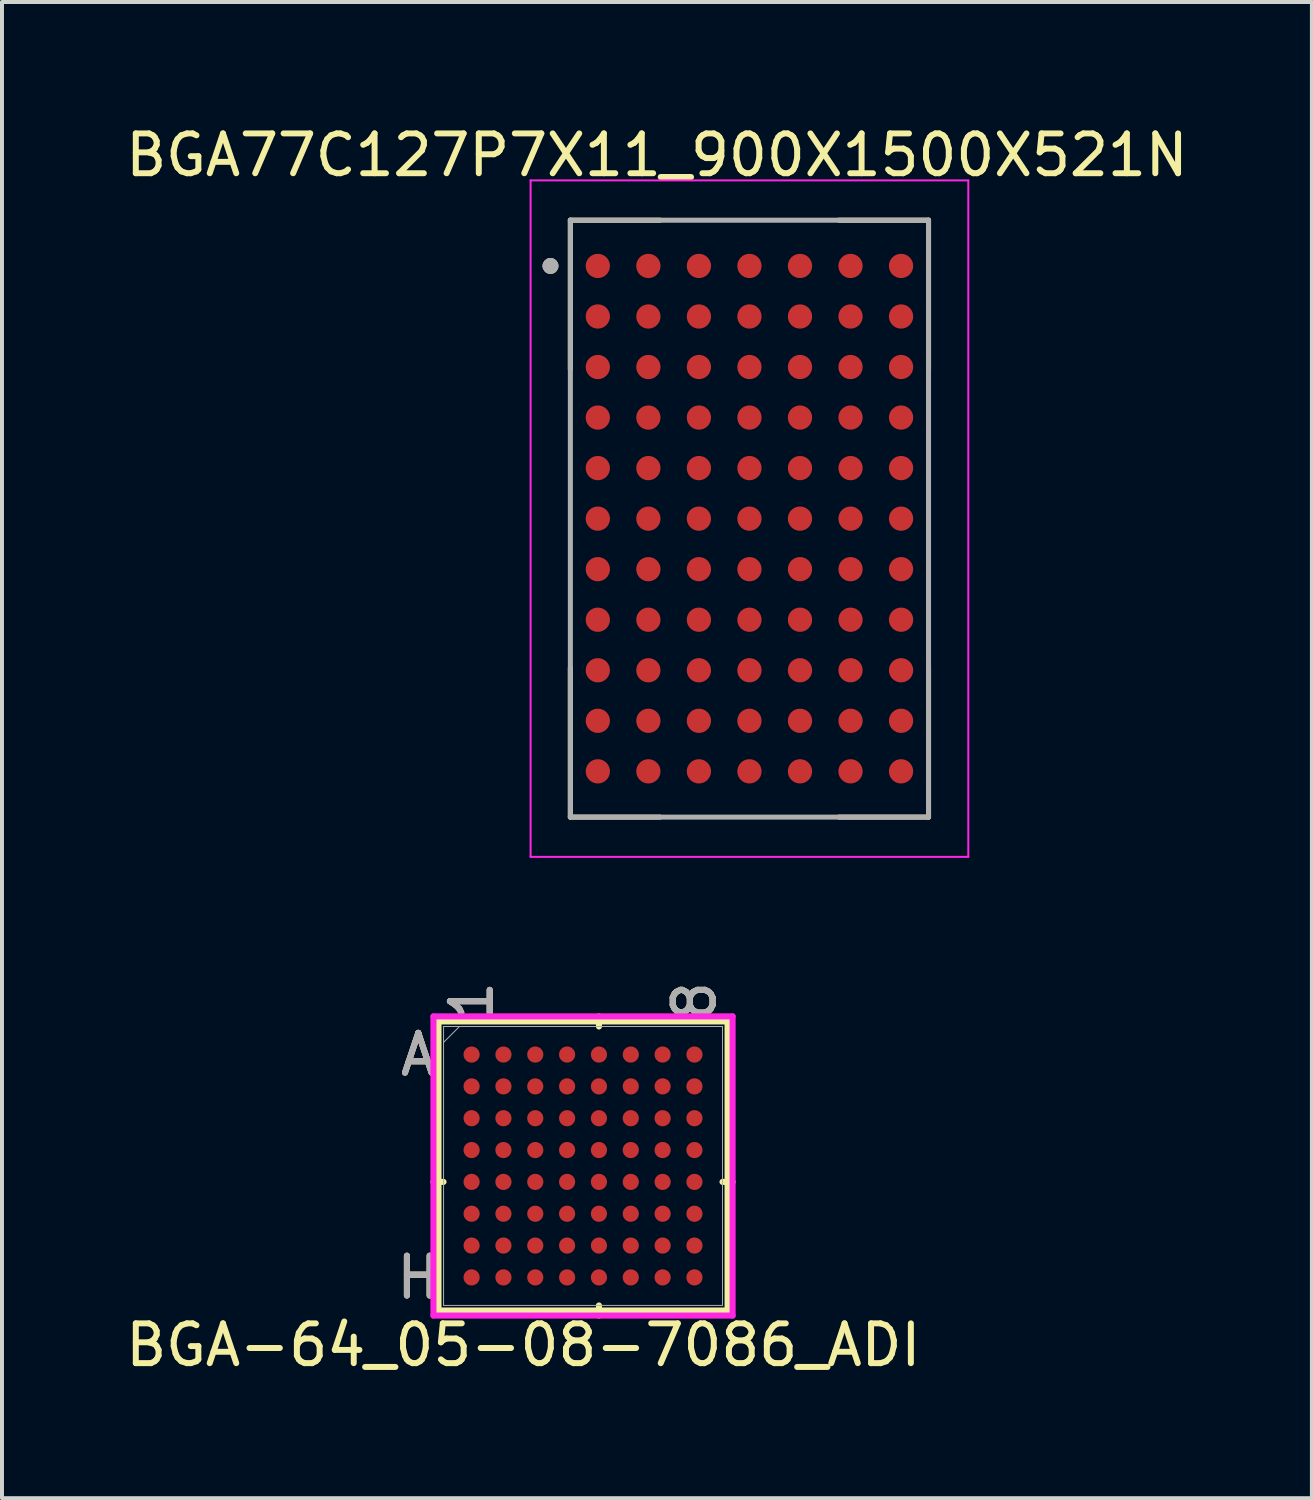
<source format=kicad_pcb>
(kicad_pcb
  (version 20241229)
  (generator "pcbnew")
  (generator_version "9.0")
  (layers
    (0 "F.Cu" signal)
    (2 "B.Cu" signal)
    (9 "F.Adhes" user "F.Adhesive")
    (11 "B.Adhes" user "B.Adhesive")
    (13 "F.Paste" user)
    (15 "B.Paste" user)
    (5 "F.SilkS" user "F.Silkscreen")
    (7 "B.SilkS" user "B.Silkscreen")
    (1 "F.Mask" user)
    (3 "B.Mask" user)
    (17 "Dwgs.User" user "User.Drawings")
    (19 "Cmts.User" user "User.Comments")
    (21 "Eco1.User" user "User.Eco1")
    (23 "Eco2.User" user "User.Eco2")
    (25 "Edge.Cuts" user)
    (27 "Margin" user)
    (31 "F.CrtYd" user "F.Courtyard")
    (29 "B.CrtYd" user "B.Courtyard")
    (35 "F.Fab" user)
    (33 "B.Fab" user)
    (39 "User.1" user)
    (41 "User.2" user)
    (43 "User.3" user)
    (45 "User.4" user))
  (footprint "BGA-64_05-08-7086_ADI"
    (layer "F.Cu")
    (at 11.601 26.25)
    (property "Reference" "BGA-64_05-08-7086_ADI" (at -1.5 4.5 0) (unlocked yes) (layer "F.SilkS") (effects (font (size 1 1) (thickness 0.15))))
    (attr smd)
    (fp_line (start -3.632 -3.632) (end -3.632 3.632) (stroke (width 0.152) (type solid)) (layer "F.SilkS"))
    (fp_line (start -3.632 3.632) (end 3.632 3.632) (stroke (width 0.152) (type solid)) (layer "F.SilkS"))
    (fp_line (start -3.505 0.4) (end -3.759 0.4) (stroke (width 0.152) (type solid)) (layer "F.SilkS"))
    (fp_line (start 0.4 -3.505) (end 0.4 -3.759) (stroke (width 0.152) (type solid)) (layer "F.SilkS"))
    (fp_line (start 0.4 3.505) (end 0.4 3.759) (stroke (width 0.152) (type solid)) (layer "F.SilkS"))
    (fp_line (start 3.505 0.4) (end 3.759 0.4) (stroke (width 0.152) (type solid)) (layer "F.SilkS"))
    (fp_line (start 3.632 -3.632) (end -3.632 -3.632) (stroke (width 0.152) (type solid)) (layer "F.SilkS"))
    (fp_line (start 3.632 3.632) (end 3.632 -3.632) (stroke (width 0.152) (type solid)) (layer "F.SilkS"))
    (fp_line (start -3.759 -3.759) (end 3.759 -3.759) (stroke (width 0.152) (type solid)) (layer "F.CrtYd"))
    (fp_line (start -3.759 3.759) (end -3.759 -3.759) (stroke (width 0.152) (type solid)) (layer "F.CrtYd"))
    (fp_line (start 3.759 -3.759) (end 3.759 3.759) (stroke (width 0.152) (type solid)) (layer "F.CrtYd"))
    (fp_line (start 3.759 3.759) (end -3.759 3.759) (stroke (width 0.152) (type solid)) (layer "F.CrtYd"))
    (fp_line (start -3.505 -3.505) (end -3.505 3.505) (stroke (width 0.025) (type solid)) (layer "F.Fab"))
    (fp_line (start -3.505 3.505) (end 3.505 3.505) (stroke (width 0.025) (type solid)) (layer "F.Fab"))
    (fp_line (start -3.105 -3.505) (end -3.505 -3.105) (stroke (width 0.025) (type solid)) (layer "F.Fab"))
    (fp_line (start 3.505 -3.505) (end -3.505 -3.505) (stroke (width 0.025) (type solid)) (layer "F.Fab"))
    (fp_line (start 3.505 3.505) (end 3.505 -3.505) (stroke (width 0.025) (type solid)) (layer "F.Fab"))
    (fp_text user "8" (at 2.8 -4.14 90) (unlocked yes) (layer "F.SilkS") (effects (font (size 1 1) (thickness 0.15))))
    (fp_text user "1" (at -2.8 -4.14 90) (unlocked yes) (layer "F.SilkS") (effects (font (size 1 1) (thickness 0.15))))
    (fp_text user "H" (at -4.14 2.8 0) (unlocked yes) (layer "F.SilkS") (effects (font (size 1 1) (thickness 0.15))))
    (fp_text user "A" (at -4.14 -2.8 0) (unlocked yes) (layer "F.SilkS") (effects (font (size 1 1) (thickness 0.15))))
    (fp_text user "A" (at -4.14 -2.8 0) (unlocked yes) (layer "B.SilkS") (effects (font (size 1 1) (thickness 0.15))))
    (fp_text user "8" (at 2.8 -4.14 90) (unlocked yes) (layer "B.SilkS") (effects (font (size 1 1) (thickness 0.15))))
    (fp_text user "1" (at -2.8 -4.14 90) (unlocked yes) (layer "B.SilkS") (effects (font (size 1 1) (thickness 0.15))))
    (fp_text user "H" (at -4.14 2.8 0) (unlocked yes) (layer "B.SilkS") (effects (font (size 1 1) (thickness 0.15))))
    (fp_text user "H" (at -4.14 2.8 0) (unlocked yes) (layer "F.Fab") (effects (font (size 1 1) (thickness 0.15))))
    (fp_text user "1" (at -2.8 -4.14 90) (unlocked yes) (layer "F.Fab") (effects (font (size 1 1) (thickness 0.15))))
    (fp_text user "A" (at -4.14 -2.8 0) (unlocked yes) (layer "F.Fab") (effects (font (size 1 1) (thickness 0.15))))
    (fp_text user "8" (at 2.8 -4.14 90) (unlocked yes) (layer "F.Fab") (effects (font (size 1 1) (thickness 0.15))))
    (pad "A1" smd circle (at -2.8 -2.8) (size 0.406 0.406) (layers "F.Cu" "F.Mask" "F.Paste"))
    (pad "A2" smd circle (at -2 -2.8) (size 0.406 0.406) (layers "F.Cu" "F.Mask" "F.Paste"))
    (pad "A3" smd circle (at -1.2 -2.8) (size 0.406 0.406) (layers "F.Cu" "F.Mask" "F.Paste"))
    (pad "A4" smd circle (at -0.4 -2.8) (size 0.406 0.406) (layers "F.Cu" "F.Mask" "F.Paste"))
    (pad "A5" smd circle (at 0.4 -2.8) (size 0.406 0.406) (layers "F.Cu" "F.Mask" "F.Paste"))
    (pad "A6" smd circle (at 1.2 -2.8) (size 0.406 0.406) (layers "F.Cu" "F.Mask" "F.Paste"))
    (pad "A7" smd circle (at 2 -2.8) (size 0.406 0.406) (layers "F.Cu" "F.Mask" "F.Paste"))
    (pad "A8" smd circle (at 2.8 -2.8) (size 0.406 0.406) (layers "F.Cu" "F.Mask" "F.Paste"))
    (pad "B1" smd circle (at -2.8 -2) (size 0.406 0.406) (layers "F.Cu" "F.Mask" "F.Paste"))
    (pad "B2" smd circle (at -2 -2) (size 0.406 0.406) (layers "F.Cu" "F.Mask" "F.Paste"))
    (pad "B3" smd circle (at -1.2 -2) (size 0.406 0.406) (layers "F.Cu" "F.Mask" "F.Paste"))
    (pad "B4" smd circle (at -0.4 -2) (size 0.406 0.406) (layers "F.Cu" "F.Mask" "F.Paste"))
    (pad "B5" smd circle (at 0.4 -2) (size 0.406 0.406) (layers "F.Cu" "F.Mask" "F.Paste"))
    (pad "B6" smd circle (at 1.2 -2) (size 0.406 0.406) (layers "F.Cu" "F.Mask" "F.Paste"))
    (pad "B7" smd circle (at 2 -2) (size 0.406 0.406) (layers "F.Cu" "F.Mask" "F.Paste"))
    (pad "B8" smd circle (at 2.8 -2) (size 0.406 0.406) (layers "F.Cu" "F.Mask" "F.Paste"))
    (pad "C1" smd circle (at -2.8 -1.2) (size 0.406 0.406) (layers "F.Cu" "F.Mask" "F.Paste"))
    (pad "C2" smd circle (at -2 -1.2) (size 0.406 0.406) (layers "F.Cu" "F.Mask" "F.Paste"))
    (pad "C3" smd circle (at -1.2 -1.2) (size 0.406 0.406) (layers "F.Cu" "F.Mask" "F.Paste"))
    (pad "C4" smd circle (at -0.4 -1.2) (size 0.406 0.406) (layers "F.Cu" "F.Mask" "F.Paste"))
    (pad "C5" smd circle (at 0.4 -1.2) (size 0.406 0.406) (layers "F.Cu" "F.Mask" "F.Paste"))
    (pad "C6" smd circle (at 1.2 -1.2) (size 0.406 0.406) (layers "F.Cu" "F.Mask" "F.Paste"))
    (pad "C7" smd circle (at 2 -1.2) (size 0.406 0.406) (layers "F.Cu" "F.Mask" "F.Paste"))
    (pad "C8" smd circle (at 2.8 -1.2) (size 0.406 0.406) (layers "F.Cu" "F.Mask" "F.Paste"))
    (pad "D1" smd circle (at -2.8 -0.4) (size 0.406 0.406) (layers "F.Cu" "F.Mask" "F.Paste"))
    (pad "D2" smd circle (at -2 -0.4) (size 0.406 0.406) (layers "F.Cu" "F.Mask" "F.Paste"))
    (pad "D3" smd circle (at -1.2 -0.4) (size 0.406 0.406) (layers "F.Cu" "F.Mask" "F.Paste"))
    (pad "D4" smd circle (at -0.4 -0.4) (size 0.406 0.406) (layers "F.Cu" "F.Mask" "F.Paste"))
    (pad "D5" smd circle (at 0.4 -0.4) (size 0.406 0.406) (layers "F.Cu" "F.Mask" "F.Paste"))
    (pad "D6" smd circle (at 1.2 -0.4) (size 0.406 0.406) (layers "F.Cu" "F.Mask" "F.Paste"))
    (pad "D7" smd circle (at 2 -0.4) (size 0.406 0.406) (layers "F.Cu" "F.Mask" "F.Paste"))
    (pad "D8" smd circle (at 2.8 -0.4) (size 0.406 0.406) (layers "F.Cu" "F.Mask" "F.Paste"))
    (pad "E1" smd circle (at -2.8 0.4) (size 0.406 0.406) (layers "F.Cu" "F.Mask" "F.Paste"))
    (pad "E2" smd circle (at -2 0.4) (size 0.406 0.406) (layers "F.Cu" "F.Mask" "F.Paste"))
    (pad "E3" smd circle (at -1.2 0.4) (size 0.406 0.406) (layers "F.Cu" "F.Mask" "F.Paste"))
    (pad "E4" smd circle (at -0.4 0.4) (size 0.406 0.406) (layers "F.Cu" "F.Mask" "F.Paste"))
    (pad "E5" smd circle (at 0.4 0.4) (size 0.406 0.406) (layers "F.Cu" "F.Mask" "F.Paste"))
    (pad "E6" smd circle (at 1.2 0.4) (size 0.406 0.406) (layers "F.Cu" "F.Mask" "F.Paste"))
    (pad "E7" smd circle (at 2 0.4) (size 0.406 0.406) (layers "F.Cu" "F.Mask" "F.Paste"))
    (pad "E8" smd circle (at 2.8 0.4) (size 0.406 0.406) (layers "F.Cu" "F.Mask" "F.Paste"))
    (pad "F1" smd circle (at -2.8 1.2) (size 0.406 0.406) (layers "F.Cu" "F.Mask" "F.Paste"))
    (pad "F2" smd circle (at -2 1.2) (size 0.406 0.406) (layers "F.Cu" "F.Mask" "F.Paste"))
    (pad "F3" smd circle (at -1.2 1.2) (size 0.406 0.406) (layers "F.Cu" "F.Mask" "F.Paste"))
    (pad "F4" smd circle (at -0.4 1.2) (size 0.406 0.406) (layers "F.Cu" "F.Mask" "F.Paste"))
    (pad "F5" smd circle (at 0.4 1.2) (size 0.406 0.406) (layers "F.Cu" "F.Mask" "F.Paste"))
    (pad "F6" smd circle (at 1.2 1.2) (size 0.406 0.406) (layers "F.Cu" "F.Mask" "F.Paste"))
    (pad "F7" smd circle (at 2 1.2) (size 0.406 0.406) (layers "F.Cu" "F.Mask" "F.Paste"))
    (pad "F8" smd circle (at 2.8 1.2) (size 0.406 0.406) (layers "F.Cu" "F.Mask" "F.Paste"))
    (pad "G1" smd circle (at -2.8 2) (size 0.406 0.406) (layers "F.Cu" "F.Mask" "F.Paste"))
    (pad "G2" smd circle (at -2 2) (size 0.406 0.406) (layers "F.Cu" "F.Mask" "F.Paste"))
    (pad "G3" smd circle (at -1.2 2) (size 0.406 0.406) (layers "F.Cu" "F.Mask" "F.Paste"))
    (pad "G4" smd circle (at -0.4 2) (size 0.406 0.406) (layers "F.Cu" "F.Mask" "F.Paste"))
    (pad "G5" smd circle (at 0.4 2) (size 0.406 0.406) (layers "F.Cu" "F.Mask" "F.Paste"))
    (pad "G6" smd circle (at 1.2 2) (size 0.406 0.406) (layers "F.Cu" "F.Mask" "F.Paste"))
    (pad "G7" smd circle (at 2 2) (size 0.406 0.406) (layers "F.Cu" "F.Mask" "F.Paste"))
    (pad "G8" smd circle (at 2.8 2) (size 0.406 0.406) (layers "F.Cu" "F.Mask" "F.Paste"))
    (pad "H1" smd circle (at -2.8 2.8) (size 0.406 0.406) (layers "F.Cu" "F.Mask" "F.Paste"))
    (pad "H2" smd circle (at -2 2.8) (size 0.406 0.406) (layers "F.Cu" "F.Mask" "F.Paste"))
    (pad "H3" smd circle (at -1.2 2.8) (size 0.406 0.406) (layers "F.Cu" "F.Mask" "F.Paste"))
    (pad "H4" smd circle (at -0.4 2.8) (size 0.406 0.406) (layers "F.Cu" "F.Mask" "F.Paste"))
    (pad "H5" smd circle (at 0.4 2.8) (size 0.406 0.406) (layers "F.Cu" "F.Mask" "F.Paste"))
    (pad "H6" smd circle (at 1.2 2.8) (size 0.406 0.406) (layers "F.Cu" "F.Mask" "F.Paste"))
    (pad "H7" smd circle (at 2 2.8) (size 0.406 0.406) (layers "F.Cu" "F.Mask" "F.Paste"))
    (pad "H8" smd circle (at 2.8 2.8) (size 0.406 0.406) (layers "F.Cu" "F.Mask" "F.Paste")))
  (footprint "BGA77C127P7X11_900X1500X521N"
    (layer "F.Cu")
    (at 15.783 9.983)
    (property "Reference" "BGA77C127P7X11_900X1500X521N" (at -2.325 -9.135 0) (layer "F.SilkS") (effects (font (size 1 1) (thickness 0.15))))
    (attr smd)
    (fp_line (start -4.5 -7.5) (end -4.5 -3.75) (stroke (width 0.127) (type solid)) (layer "F.SilkS"))
    (fp_line (start -4.5 -7.5) (end -2.25 -7.5) (stroke (width 0.127) (type solid)) (layer "F.SilkS"))
    (fp_line (start -4.5 7.5) (end -4.5 3.75) (stroke (width 0.127) (type solid)) (layer "F.SilkS"))
    (fp_line (start -4.5 7.5) (end -2.25 7.5) (stroke (width 0.127) (type solid)) (layer "F.SilkS"))
    (fp_line (start 4.5 -7.5) (end 2.25 -7.5) (stroke (width 0.127) (type solid)) (layer "F.SilkS"))
    (fp_line (start 4.5 -7.5) (end 4.5 -3.75) (stroke (width 0.127) (type solid)) (layer "F.SilkS"))
    (fp_line (start 4.5 7.5) (end 2.25 7.5) (stroke (width 0.127) (type solid)) (layer "F.SilkS"))
    (fp_line (start 4.5 7.5) (end 4.5 3.75) (stroke (width 0.127) (type solid)) (layer "F.SilkS"))
    (fp_circle (center -5 -6.35) (end -4.9 -6.35) (stroke (width 0.2) (type solid)) (fill no) (layer "F.SilkS"))
    (fp_line (start -5.5 -8.5) (end 5.5 -8.5) (stroke (width 0.05) (type solid)) (layer "F.CrtYd"))
    (fp_line (start -5.5 8.5) (end -5.5 -8.5) (stroke (width 0.05) (type solid)) (layer "F.CrtYd"))
    (fp_line (start -5.5 8.5) (end 5.5 8.5) (stroke (width 0.05) (type solid)) (layer "F.CrtYd"))
    (fp_line (start 5.5 8.5) (end 5.5 -8.5) (stroke (width 0.05) (type solid)) (layer "F.CrtYd"))
    (fp_line (start -4.5 7.5) (end -4.5 -7.5) (stroke (width 0.127) (type solid)) (layer "F.Fab"))
    (fp_line (start 4.5 -7.5) (end -4.5 -7.5) (stroke (width 0.127) (type solid)) (layer "F.Fab"))
    (fp_line (start 4.5 7.5) (end -4.5 7.5) (stroke (width 0.127) (type solid)) (layer "F.Fab"))
    (fp_line (start 4.5 7.5) (end 4.5 -7.5) (stroke (width 0.127) (type solid)) (layer "F.Fab"))
    (fp_circle (center -5 -6.35) (end -4.9 -6.35) (stroke (width 0.2) (type solid)) (fill no) (layer "F.Fab"))
    (pad "A1" smd circle (at -3.81 -6.35) (size 0.61 0.61) (layers "F.Cu" "F.Mask" "F.Paste"))
    (pad "A2" smd circle (at -2.54 -6.35) (size 0.61 0.61) (layers "F.Cu" "F.Mask" "F.Paste"))
    (pad "A3" smd circle (at -1.27 -6.35) (size 0.61 0.61) (layers "F.Cu" "F.Mask" "F.Paste"))
    (pad "A4" smd circle (at 0 -6.35) (size 0.61 0.61) (layers "F.Cu" "F.Mask" "F.Paste"))
    (pad "A5" smd circle (at 1.27 -6.35) (size 0.61 0.61) (layers "F.Cu" "F.Mask" "F.Paste"))
    (pad "A6" smd circle (at 2.54 -6.35) (size 0.61 0.61) (layers "F.Cu" "F.Mask" "F.Paste"))
    (pad "A7" smd circle (at 3.81 -6.35) (size 0.61 0.61) (layers "F.Cu" "F.Mask" "F.Paste"))
    (pad "B1" smd circle (at -3.81 -5.08) (size 0.61 0.61) (layers "F.Cu" "F.Mask" "F.Paste"))
    (pad "B2" smd circle (at -2.54 -5.08) (size 0.61 0.61) (layers "F.Cu" "F.Mask" "F.Paste"))
    (pad "B3" smd circle (at -1.27 -5.08) (size 0.61 0.61) (layers "F.Cu" "F.Mask" "F.Paste"))
    (pad "B4" smd circle (at 0 -5.08) (size 0.61 0.61) (layers "F.Cu" "F.Mask" "F.Paste"))
    (pad "B5" smd circle (at 1.27 -5.08) (size 0.61 0.61) (layers "F.Cu" "F.Mask" "F.Paste"))
    (pad "B6" smd circle (at 2.54 -5.08) (size 0.61 0.61) (layers "F.Cu" "F.Mask" "F.Paste"))
    (pad "B7" smd circle (at 3.81 -5.08) (size 0.61 0.61) (layers "F.Cu" "F.Mask" "F.Paste"))
    (pad "C1" smd circle (at -3.81 -3.81) (size 0.61 0.61) (layers "F.Cu" "F.Mask" "F.Paste"))
    (pad "C2" smd circle (at -2.54 -3.81) (size 0.61 0.61) (layers "F.Cu" "F.Mask" "F.Paste"))
    (pad "C3" smd circle (at -1.27 -3.81) (size 0.61 0.61) (layers "F.Cu" "F.Mask" "F.Paste"))
    (pad "C4" smd circle (at 0 -3.81) (size 0.61 0.61) (layers "F.Cu" "F.Mask" "F.Paste"))
    (pad "C5" smd circle (at 1.27 -3.81) (size 0.61 0.61) (layers "F.Cu" "F.Mask" "F.Paste"))
    (pad "C6" smd circle (at 2.54 -3.81) (size 0.61 0.61) (layers "F.Cu" "F.Mask" "F.Paste"))
    (pad "C7" smd circle (at 3.81 -3.81) (size 0.61 0.61) (layers "F.Cu" "F.Mask" "F.Paste"))
    (pad "D1" smd circle (at -3.81 -2.54) (size 0.61 0.61) (layers "F.Cu" "F.Mask" "F.Paste"))
    (pad "D2" smd circle (at -2.54 -2.54) (size 0.61 0.61) (layers "F.Cu" "F.Mask" "F.Paste"))
    (pad "D3" smd circle (at -1.27 -2.54) (size 0.61 0.61) (layers "F.Cu" "F.Mask" "F.Paste"))
    (pad "D4" smd circle (at 0 -2.54) (size 0.61 0.61) (layers "F.Cu" "F.Mask" "F.Paste"))
    (pad "D5" smd circle (at 1.27 -2.54) (size 0.61 0.61) (layers "F.Cu" "F.Mask" "F.Paste"))
    (pad "D6" smd circle (at 2.54 -2.54) (size 0.61 0.61) (layers "F.Cu" "F.Mask" "F.Paste"))
    (pad "D7" smd circle (at 3.81 -2.54) (size 0.61 0.61) (layers "F.Cu" "F.Mask" "F.Paste"))
    (pad "E1" smd circle (at -3.81 -1.27) (size 0.61 0.61) (layers "F.Cu" "F.Mask" "F.Paste"))
    (pad "E2" smd circle (at -2.54 -1.27) (size 0.61 0.61) (layers "F.Cu" "F.Mask" "F.Paste"))
    (pad "E3" smd circle (at -1.27 -1.27) (size 0.61 0.61) (layers "F.Cu" "F.Mask" "F.Paste"))
    (pad "E4" smd circle (at 0 -1.27) (size 0.61 0.61) (layers "F.Cu" "F.Mask" "F.Paste"))
    (pad "E5" smd circle (at 1.27 -1.27) (size 0.61 0.61) (layers "F.Cu" "F.Mask" "F.Paste"))
    (pad "E6" smd circle (at 2.54 -1.27) (size 0.61 0.61) (layers "F.Cu" "F.Mask" "F.Paste"))
    (pad "E7" smd circle (at 3.81 -1.27) (size 0.61 0.61) (layers "F.Cu" "F.Mask" "F.Paste"))
    (pad "F1" smd circle (at -3.81 0) (size 0.61 0.61) (layers "F.Cu" "F.Mask" "F.Paste"))
    (pad "F2" smd circle (at -2.54 0) (size 0.61 0.61) (layers "F.Cu" "F.Mask" "F.Paste"))
    (pad "F3" smd circle (at -1.27 0) (size 0.61 0.61) (layers "F.Cu" "F.Mask" "F.Paste"))
    (pad "F4" smd circle (at 0 0) (size 0.61 0.61) (layers "F.Cu" "F.Mask" "F.Paste"))
    (pad "F5" smd circle (at 1.27 0) (size 0.61 0.61) (layers "F.Cu" "F.Mask" "F.Paste"))
    (pad "F6" smd circle (at 2.54 0) (size 0.61 0.61) (layers "F.Cu" "F.Mask" "F.Paste"))
    (pad "F7" smd circle (at 3.81 0) (size 0.61 0.61) (layers "F.Cu" "F.Mask" "F.Paste"))
    (pad "G1" smd circle (at -3.81 1.27) (size 0.61 0.61) (layers "F.Cu" "F.Mask" "F.Paste"))
    (pad "G2" smd circle (at -2.54 1.27) (size 0.61 0.61) (layers "F.Cu" "F.Mask" "F.Paste"))
    (pad "G3" smd circle (at -1.27 1.27) (size 0.61 0.61) (layers "F.Cu" "F.Mask" "F.Paste"))
    (pad "G4" smd circle (at 0 1.27) (size 0.61 0.61) (layers "F.Cu" "F.Mask" "F.Paste"))
    (pad "G5" smd circle (at 1.27 1.27) (size 0.61 0.61) (layers "F.Cu" "F.Mask" "F.Paste"))
    (pad "G6" smd circle (at 2.54 1.27) (size 0.61 0.61) (layers "F.Cu" "F.Mask" "F.Paste"))
    (pad "G7" smd circle (at 3.81 1.27) (size 0.61 0.61) (layers "F.Cu" "F.Mask" "F.Paste"))
    (pad "H1" smd circle (at -3.81 2.54) (size 0.61 0.61) (layers "F.Cu" "F.Mask" "F.Paste"))
    (pad "H2" smd circle (at -2.54 2.54) (size 0.61 0.61) (layers "F.Cu" "F.Mask" "F.Paste"))
    (pad "H3" smd circle (at -1.27 2.54) (size 0.61 0.61) (layers "F.Cu" "F.Mask" "F.Paste"))
    (pad "H4" smd circle (at 0 2.54) (size 0.61 0.61) (layers "F.Cu" "F.Mask" "F.Paste"))
    (pad "H5" smd circle (at 1.27 2.54) (size 0.61 0.61) (layers "F.Cu" "F.Mask" "F.Paste"))
    (pad "H6" smd circle (at 2.54 2.54) (size 0.61 0.61) (layers "F.Cu" "F.Mask" "F.Paste"))
    (pad "H7" smd circle (at 3.81 2.54) (size 0.61 0.61) (layers "F.Cu" "F.Mask" "F.Paste"))
    (pad "J1" smd circle (at -3.81 3.81) (size 0.61 0.61) (layers "F.Cu" "F.Mask" "F.Paste"))
    (pad "J2" smd circle (at -2.54 3.81) (size 0.61 0.61) (layers "F.Cu" "F.Mask" "F.Paste"))
    (pad "J3" smd circle (at -1.27 3.81) (size 0.61 0.61) (layers "F.Cu" "F.Mask" "F.Paste"))
    (pad "J4" smd circle (at 0 3.81) (size 0.61 0.61) (layers "F.Cu" "F.Mask" "F.Paste"))
    (pad "J5" smd circle (at 1.27 3.81) (size 0.61 0.61) (layers "F.Cu" "F.Mask" "F.Paste"))
    (pad "J6" smd circle (at 2.54 3.81) (size 0.61 0.61) (layers "F.Cu" "F.Mask" "F.Paste"))
    (pad "J7" smd circle (at 3.81 3.81) (size 0.61 0.61) (layers "F.Cu" "F.Mask" "F.Paste"))
    (pad "K1" smd circle (at -3.81 5.08) (size 0.61 0.61) (layers "F.Cu" "F.Mask" "F.Paste"))
    (pad "K2" smd circle (at -2.54 5.08) (size 0.61 0.61) (layers "F.Cu" "F.Mask" "F.Paste"))
    (pad "K3" smd circle (at -1.27 5.08) (size 0.61 0.61) (layers "F.Cu" "F.Mask" "F.Paste"))
    (pad "K4" smd circle (at 0 5.08) (size 0.61 0.61) (layers "F.Cu" "F.Mask" "F.Paste"))
    (pad "K5" smd circle (at 1.27 5.08) (size 0.61 0.61) (layers "F.Cu" "F.Mask" "F.Paste"))
    (pad "K6" smd circle (at 2.54 5.08) (size 0.61 0.61) (layers "F.Cu" "F.Mask" "F.Paste"))
    (pad "K7" smd circle (at 3.81 5.08) (size 0.61 0.61) (layers "F.Cu" "F.Mask" "F.Paste"))
    (pad "L1" smd circle (at -3.81 6.35) (size 0.61 0.61) (layers "F.Cu" "F.Mask" "F.Paste"))
    (pad "L2" smd circle (at -2.54 6.35) (size 0.61 0.61) (layers "F.Cu" "F.Mask" "F.Paste"))
    (pad "L3" smd circle (at -1.27 6.35) (size 0.61 0.61) (layers "F.Cu" "F.Mask" "F.Paste"))
    (pad "L4" smd circle (at 0 6.35) (size 0.61 0.61) (layers "F.Cu" "F.Mask" "F.Paste"))
    (pad "L5" smd circle (at 1.27 6.35) (size 0.61 0.61) (layers "F.Cu" "F.Mask" "F.Paste"))
    (pad "L6" smd circle (at 2.54 6.35) (size 0.61 0.61) (layers "F.Cu" "F.Mask" "F.Paste"))
    (pad "L7" smd circle (at 3.81 6.35) (size 0.61 0.61) (layers "F.Cu" "F.Mask" "F.Paste")))
  (gr_rect
    (start -3 -3)
    (end 29.917 34.598)
    (stroke (width 0.1) (type default))
    (fill no)
    (layer "Edge.Cuts")))
</source>
